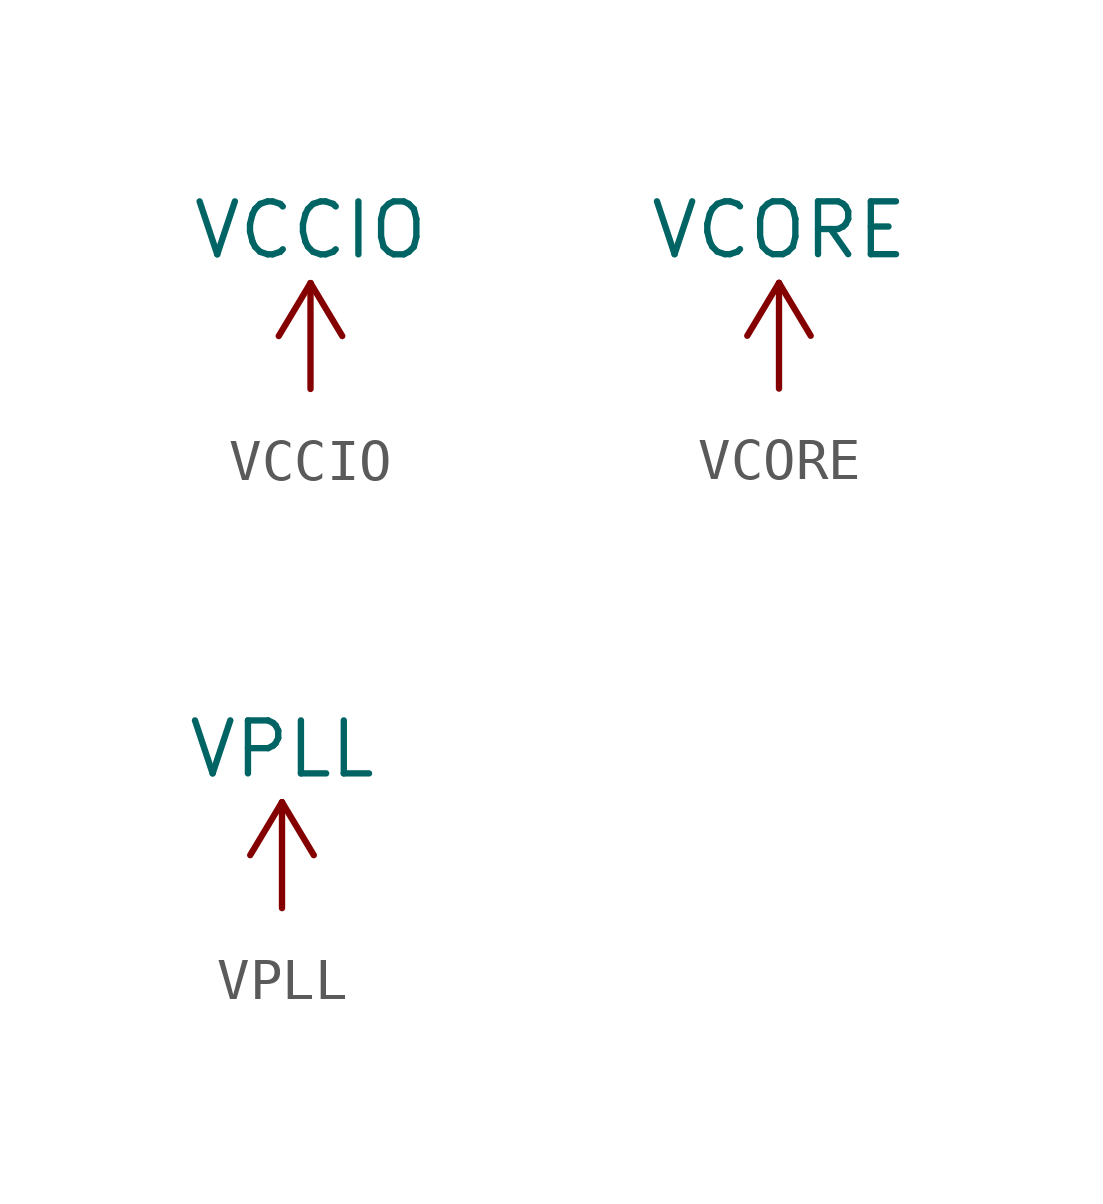
<source format=kicad_sym>
(kicad_symbol_lib
  (version 20211014)
  (generator kicad_symbol_editor)
  (symbol "VCCIO"
    (power)
    (pin_names
      (offset 0))
    (property "Reference" "#PWR"
      (at 0 -3.81 0)
      (effects (font (size 1.27 1.27)) hide))
    (property "Value" "VCCIO"
      (at 0 3.81 0)
      (effects (font (size 1.27 1.27))))
    (symbol "VCCIO_0_1"
      (polyline (pts (xy -0.762 1.27) (xy 0 2.54)) (stroke (width 0) (type default) (color 0 0 0 0)) (fill (type none)))
      (polyline (pts (xy 0 0) (xy 0 2.54)) (stroke (width 0) (type default) (color 0 0 0 0)) (fill (type none)))
      (polyline (pts (xy 0 2.54) (xy 0.762 1.27)) (stroke (width 0) (type default) (color 0 0 0 0)) (fill (type none))))
    (symbol "VCCIO_1_1"
      (pin power_in line (at 0 0 90) (length 0) hide (name "VCCIO" (effects (font (size 1.27 1.27)))) (number "1" (effects (font (size 1.27 1.27)))))))
  (symbol "VCORE"
    (power)
    (pin_names
      (offset 0))
    (property "Reference" "#PWR"
      (at 0 -3.81 0)
      (effects (font (size 1.27 1.27)) hide))
    (property "Value" "VCORE"
      (at 0 3.81 0)
      (effects (font (size 1.27 1.27))))
    (symbol "VCORE_0_1"
      (polyline (pts (xy -0.762 1.27) (xy 0 2.54)) (stroke (width 0) (type default) (color 0 0 0 0)) (fill (type none)))
      (polyline (pts (xy 0 0) (xy 0 2.54)) (stroke (width 0) (type default) (color 0 0 0 0)) (fill (type none)))
      (polyline (pts (xy 0 2.54) (xy 0.762 1.27)) (stroke (width 0) (type default) (color 0 0 0 0)) (fill (type none))))
    (symbol "VCORE_1_1"
      (pin power_in line (at 0 0 90) (length 0) hide (name "VCORE" (effects (font (size 1.27 1.27)))) (number "1" (effects (font (size 1.27 1.27)))))))
  (symbol "VPLL"
    (power)
    (pin_names
      (offset 0))
    (property "Reference" "#PWR"
      (at 0 -3.81 0)
      (effects (font (size 1.27 1.27)) hide))
    (property "Value" "VPLL"
      (at 0 3.81 0)
      (effects (font (size 1.27 1.27))))
    (symbol "VPLL_0_1"
      (polyline (pts (xy -0.762 1.27) (xy 0 2.54)) (stroke (width 0) (type default) (color 0 0 0 0)) (fill (type none)))
      (polyline (pts (xy 0 0) (xy 0 2.54)) (stroke (width 0) (type default) (color 0 0 0 0)) (fill (type none)))
      (polyline (pts (xy 0 2.54) (xy 0.762 1.27)) (stroke (width 0) (type default) (color 0 0 0 0)) (fill (type none))))
    (symbol "VPLL_1_1"
      (pin power_in line (at 0 0 90) (length 0) hide (name "VPLL" (effects (font (size 1.27 1.27)))) (number "1" (effects (font (size 1.27 1.27))))))))
</source>
